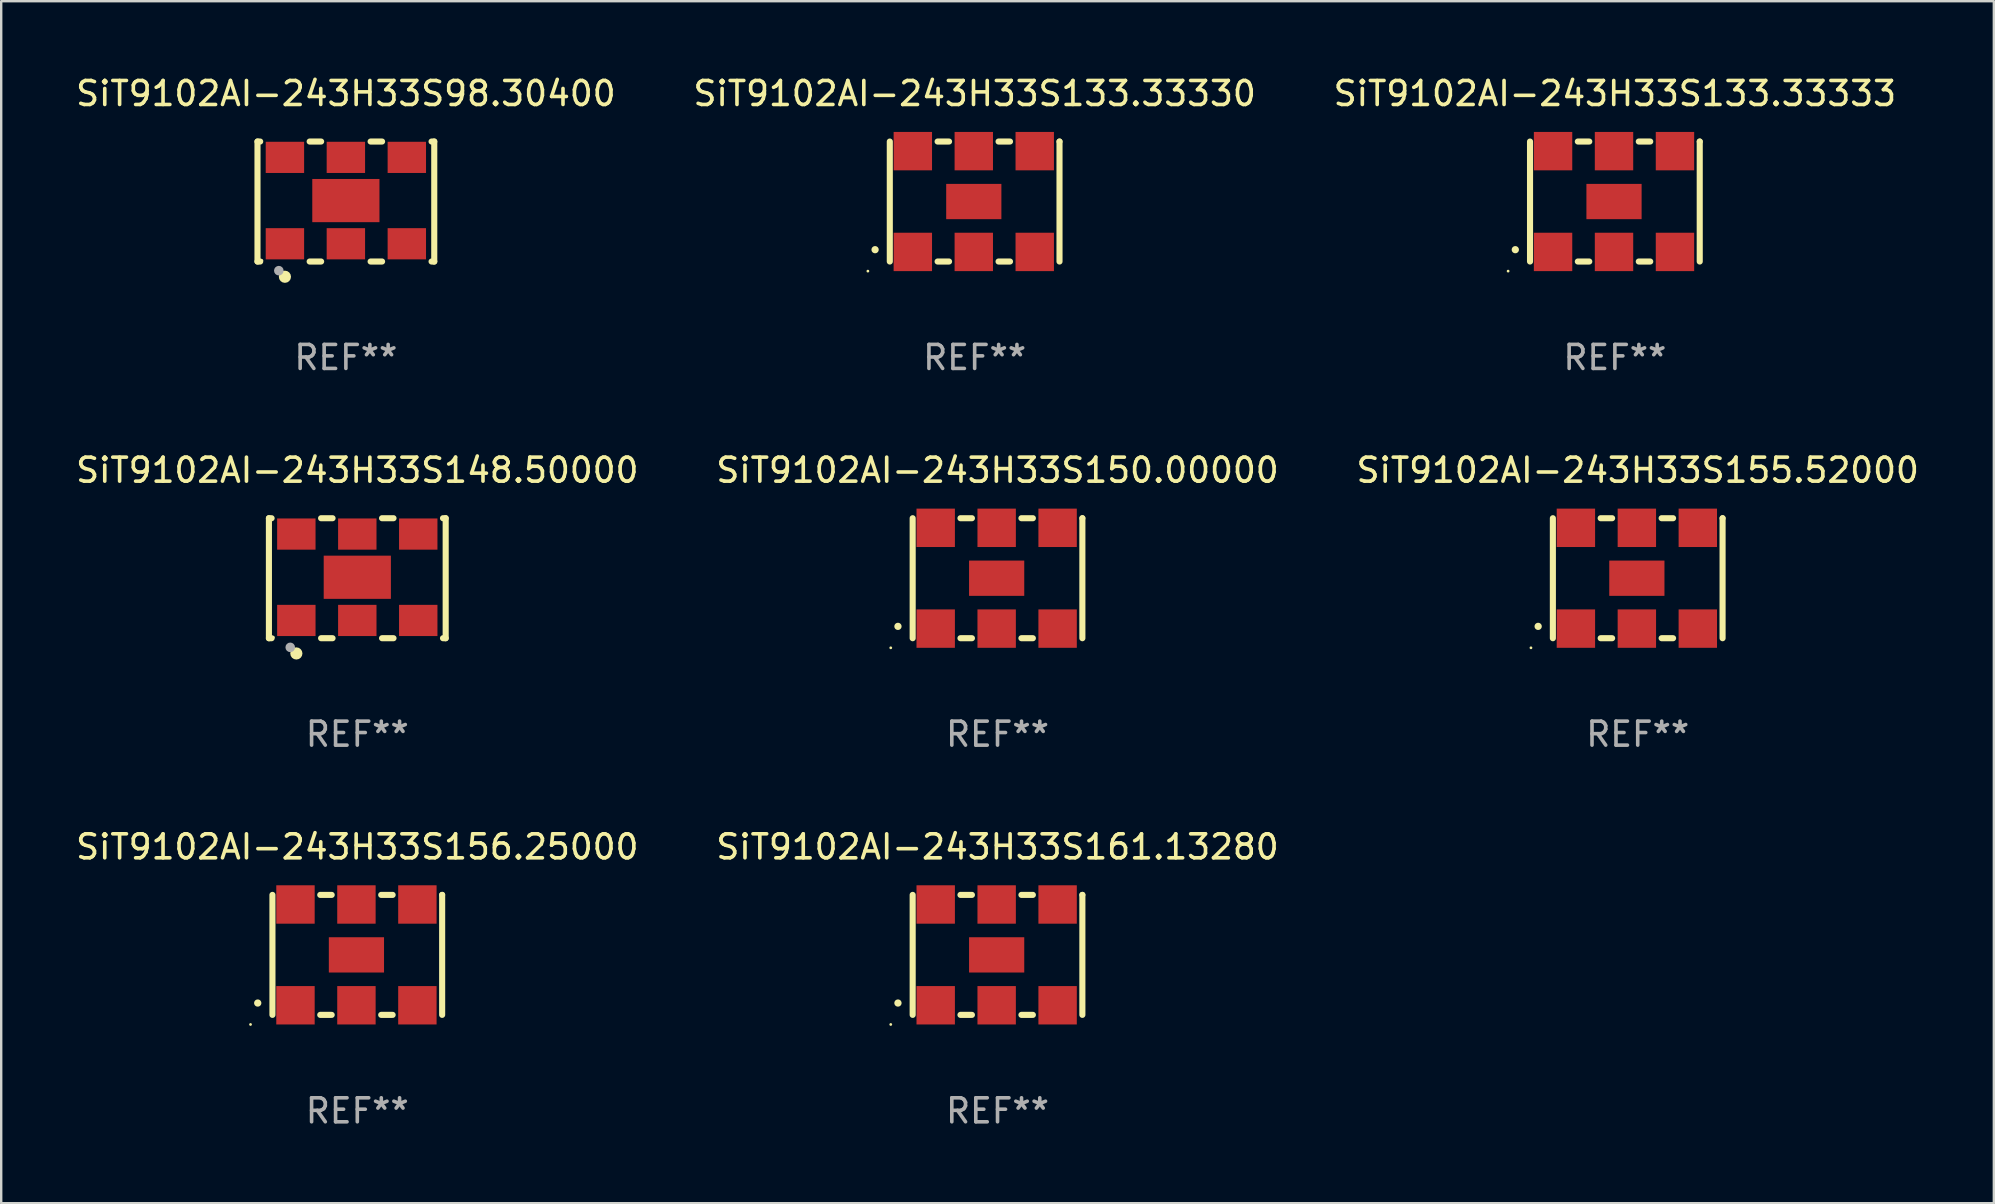
<source format=kicad_pcb>
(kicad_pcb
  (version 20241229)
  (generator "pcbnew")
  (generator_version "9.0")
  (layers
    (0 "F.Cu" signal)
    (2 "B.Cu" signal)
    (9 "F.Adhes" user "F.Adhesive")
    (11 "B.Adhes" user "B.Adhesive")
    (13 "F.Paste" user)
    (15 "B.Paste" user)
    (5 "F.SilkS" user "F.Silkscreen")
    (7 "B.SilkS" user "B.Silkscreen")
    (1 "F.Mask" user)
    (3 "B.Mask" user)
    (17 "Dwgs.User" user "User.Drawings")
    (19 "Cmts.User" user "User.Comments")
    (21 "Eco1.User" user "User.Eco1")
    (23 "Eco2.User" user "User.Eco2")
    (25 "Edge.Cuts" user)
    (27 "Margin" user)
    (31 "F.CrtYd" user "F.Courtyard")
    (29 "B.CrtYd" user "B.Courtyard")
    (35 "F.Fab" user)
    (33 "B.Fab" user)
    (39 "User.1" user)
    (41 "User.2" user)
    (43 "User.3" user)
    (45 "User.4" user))
  (footprint "SiT9102AI-243H33S156.25000"
    (layer "F.Cu")
    (at 11.839 36.741)
    (property "Reference" "SiT9102AI-243H33S156.25000" (at 0 -4.5 0) (layer "F.SilkS") (effects (font (size 1 1) (thickness 0.15))))
    (attr through_hole)
    (fp_line (start -3.536 -2.5) (end -3.536 2.5) (stroke (width 0.254) (type solid)) (layer "F.SilkS"))
    (fp_line (start -1.544 2.5) (end -1.067 2.5) (stroke (width 0.254) (type solid)) (layer "F.SilkS"))
    (fp_line (start -1.067 -2.5) (end -1.544 -2.5) (stroke (width 0.254) (type solid)) (layer "F.SilkS"))
    (fp_line (start 0.996 2.5) (end 1.473 2.5) (stroke (width 0.254) (type solid)) (layer "F.SilkS"))
    (fp_line (start 1.473 -2.5) (end 0.996 -2.5) (stroke (width 0.254) (type solid)) (layer "F.SilkS"))
    (fp_line (start 3.536 -2.5) (end 3.536 -2.5) (stroke (width 0.254) (type solid)) (layer "F.SilkS"))
    (fp_line (start 3.536 2.5) (end 3.536 -2.5) (stroke (width 0.254) (type solid)) (layer "F.SilkS"))
    (fp_arc (start -4.150432 2.006604) (mid -4.149162 2.006599) (end -4.147892 2.006604) (stroke (width 0.3) (type solid)) (layer "F.SilkS"))
    (fp_circle (center -4.449 2.9) (end -4.419 2.9) (stroke (width 0.06) (type solid)) (fill no) (layer "F.SilkS"))
    (fp_text user "REF**" (at 0 6.5 0) (layer "F.Fab") (effects (font (size 1 1) (thickness 0.15))))
    (pad "1" smd rect (at -2.576 2.1) (size 1.6 1.6) (layers "F.Cu" "F.Mask" "F.Paste"))
    (pad "2" smd rect (at -0.036 2.1) (size 1.6 1.6) (layers "F.Cu" "F.Mask" "F.Paste"))
    (pad "3" smd rect (at 2.504 2.1) (size 1.6 1.6) (layers "F.Cu" "F.Mask" "F.Paste"))
    (pad "4" smd rect (at 2.504 -2.1) (size 1.6 1.6) (layers "F.Cu" "F.Mask" "F.Paste"))
    (pad "5" smd rect (at -0.036 -2.1) (size 1.6 1.6) (layers "F.Cu" "F.Mask" "F.Paste"))
    (pad "6" smd rect (at -2.576 -2.1) (size 1.6 1.6) (layers "F.Cu" "F.Mask" "F.Paste"))
    (pad "7" smd rect (at -0.036 0) (size 2.3 1.47) (layers "F.Cu" "F.Mask" "F.Paste")))
  (footprint "SiT9102AI-243H33S150.00000"
    (layer "F.Cu")
    (at 38.518 21.045)
    (property "Reference" "SiT9102AI-243H33S150.00000" (at 0 -4.5 0) (layer "F.SilkS") (effects (font (size 1 1) (thickness 0.15))))
    (attr through_hole)
    (fp_line (start -3.536 -2.5) (end -3.536 2.5) (stroke (width 0.254) (type solid)) (layer "F.SilkS"))
    (fp_line (start -1.544 2.5) (end -1.067 2.5) (stroke (width 0.254) (type solid)) (layer "F.SilkS"))
    (fp_line (start -1.067 -2.5) (end -1.544 -2.5) (stroke (width 0.254) (type solid)) (layer "F.SilkS"))
    (fp_line (start 0.996 2.5) (end 1.473 2.5) (stroke (width 0.254) (type solid)) (layer "F.SilkS"))
    (fp_line (start 1.473 -2.5) (end 0.996 -2.5) (stroke (width 0.254) (type solid)) (layer "F.SilkS"))
    (fp_line (start 3.536 -2.5) (end 3.536 -2.5) (stroke (width 0.254) (type solid)) (layer "F.SilkS"))
    (fp_line (start 3.536 2.5) (end 3.536 -2.5) (stroke (width 0.254) (type solid)) (layer "F.SilkS"))
    (fp_arc (start -4.150432 2.006604) (mid -4.149162 2.006599) (end -4.147892 2.006604) (stroke (width 0.3) (type solid)) (layer "F.SilkS"))
    (fp_circle (center -4.449 2.9) (end -4.419 2.9) (stroke (width 0.06) (type solid)) (fill no) (layer "F.SilkS"))
    (fp_text user "REF**" (at 0 6.5 0) (layer "F.Fab") (effects (font (size 1 1) (thickness 0.15))))
    (pad "1" smd rect (at -2.576 2.1) (size 1.6 1.6) (layers "F.Cu" "F.Mask" "F.Paste"))
    (pad "2" smd rect (at -0.036 2.1) (size 1.6 1.6) (layers "F.Cu" "F.Mask" "F.Paste"))
    (pad "3" smd rect (at 2.504 2.1) (size 1.6 1.6) (layers "F.Cu" "F.Mask" "F.Paste"))
    (pad "4" smd rect (at 2.504 -2.1) (size 1.6 1.6) (layers "F.Cu" "F.Mask" "F.Paste"))
    (pad "5" smd rect (at -0.036 -2.1) (size 1.6 1.6) (layers "F.Cu" "F.Mask" "F.Paste"))
    (pad "6" smd rect (at -2.576 -2.1) (size 1.6 1.6) (layers "F.Cu" "F.Mask" "F.Paste"))
    (pad "7" smd rect (at -0.036 0) (size 2.3 1.47) (layers "F.Cu" "F.Mask" "F.Paste")))
  (footprint "SiT9102AI-243H33S148.50000"
    (layer "F.Cu")
    (at 11.839 21.045)
    (property "Reference" "SiT9102AI-243H33S148.50000" (at 0 -4.5 0) (layer "F.SilkS") (effects (font (size 1 1) (thickness 0.15))))
    (attr through_hole)
    (fp_line (start -3.683 -2.5) (end -3.571 -2.5) (stroke (width 0.254) (type solid)) (layer "F.SilkS"))
    (fp_line (start -3.683 2.5) (end -3.683 -2.5) (stroke (width 0.254) (type solid)) (layer "F.SilkS"))
    (fp_line (start -3.683 2.5) (end -3.571 2.5) (stroke (width 0.254) (type solid)) (layer "F.SilkS"))
    (fp_line (start -1.509 -2.5) (end -1.031 -2.5) (stroke (width 0.254) (type solid)) (layer "F.SilkS"))
    (fp_line (start -1.509 2.5) (end -1.031 2.5) (stroke (width 0.254) (type solid)) (layer "F.SilkS"))
    (fp_line (start 1.031 -2.5) (end 1.509 -2.5) (stroke (width 0.254) (type solid)) (layer "F.SilkS"))
    (fp_line (start 1.031 2.5) (end 1.509 2.5) (stroke (width 0.254) (type solid)) (layer "F.SilkS"))
    (fp_line (start 3.571 -2.5) (end 3.683 -2.5) (stroke (width 0.254) (type solid)) (layer "F.SilkS"))
    (fp_line (start 3.571 2.5) (end 3.683 2.5) (stroke (width 0.254) (type solid)) (layer "F.SilkS"))
    (fp_line (start 3.683 2.5) (end 3.683 -2.5) (stroke (width 0.254) (type solid)) (layer "F.SilkS"))
    (fp_circle (center -3.5 2.46) (end -3.47 2.46) (stroke (width 0.06) (type solid)) (fill no) (layer "F.SilkS"))
    (fp_circle (center -2.54 3.135) (end -2.413 3.135) (stroke (width 0.254) (type solid)) (fill no) (layer "F.SilkS"))
    (fp_circle (center -2.794 2.881) (end -2.694 2.881) (stroke (width 0.2) (type solid)) (fill no) (layer "F.Fab"))
    (fp_text user "REF**" (at 0 6.5 0) (layer "F.Fab") (effects (font (size 1 1) (thickness 0.15))))
    (pad "1" smd rect (at -2.54 1.76) (size 1.6 1.3) (layers "F.Cu" "F.Mask" "F.Paste"))
    (pad "2" smd rect (at 0 1.76) (size 1.6 1.3) (layers "F.Cu" "F.Mask" "F.Paste"))
    (pad "3" smd rect (at 2.54 1.76) (size 1.6 1.3) (layers "F.Cu" "F.Mask" "F.Paste"))
    (pad "4" smd rect (at 2.54 -1.84) (size 1.6 1.3) (layers "F.Cu" "F.Mask" "F.Paste"))
    (pad "5" smd rect (at 0 -1.84) (size 1.6 1.3) (layers "F.Cu" "F.Mask" "F.Paste"))
    (pad "6" smd rect (at -2.54 -1.84) (size 1.6 1.3) (layers "F.Cu" "F.Mask" "F.Paste"))
    (pad "7" smd rect (at 0 -0.04) (size 2.8 1.8) (layers "F.Cu" "F.Mask" "F.Paste")))
  (footprint "SiT9102AI-243H33S161.13280"
    (layer "F.Cu")
    (at 38.518 36.741)
    (property "Reference" "SiT9102AI-243H33S161.13280" (at 0 -4.5 0) (layer "F.SilkS") (effects (font (size 1 1) (thickness 0.15))))
    (attr through_hole)
    (fp_line (start -3.536 -2.5) (end -3.536 2.5) (stroke (width 0.254) (type solid)) (layer "F.SilkS"))
    (fp_line (start -1.544 2.5) (end -1.067 2.5) (stroke (width 0.254) (type solid)) (layer "F.SilkS"))
    (fp_line (start -1.067 -2.5) (end -1.544 -2.5) (stroke (width 0.254) (type solid)) (layer "F.SilkS"))
    (fp_line (start 0.996 2.5) (end 1.473 2.5) (stroke (width 0.254) (type solid)) (layer "F.SilkS"))
    (fp_line (start 1.473 -2.5) (end 0.996 -2.5) (stroke (width 0.254) (type solid)) (layer "F.SilkS"))
    (fp_line (start 3.536 -2.5) (end 3.536 -2.5) (stroke (width 0.254) (type solid)) (layer "F.SilkS"))
    (fp_line (start 3.536 2.5) (end 3.536 -2.5) (stroke (width 0.254) (type solid)) (layer "F.SilkS"))
    (fp_arc (start -4.150432 2.006604) (mid -4.149162 2.006599) (end -4.147892 2.006604) (stroke (width 0.3) (type solid)) (layer "F.SilkS"))
    (fp_circle (center -4.449 2.9) (end -4.419 2.9) (stroke (width 0.06) (type solid)) (fill no) (layer "F.SilkS"))
    (fp_text user "REF**" (at 0 6.5 0) (layer "F.Fab") (effects (font (size 1 1) (thickness 0.15))))
    (pad "1" smd rect (at -2.576 2.1) (size 1.6 1.6) (layers "F.Cu" "F.Mask" "F.Paste"))
    (pad "2" smd rect (at -0.036 2.1) (size 1.6 1.6) (layers "F.Cu" "F.Mask" "F.Paste"))
    (pad "3" smd rect (at 2.504 2.1) (size 1.6 1.6) (layers "F.Cu" "F.Mask" "F.Paste"))
    (pad "4" smd rect (at 2.504 -2.1) (size 1.6 1.6) (layers "F.Cu" "F.Mask" "F.Paste"))
    (pad "5" smd rect (at -0.036 -2.1) (size 1.6 1.6) (layers "F.Cu" "F.Mask" "F.Paste"))
    (pad "6" smd rect (at -2.576 -2.1) (size 1.6 1.6) (layers "F.Cu" "F.Mask" "F.Paste"))
    (pad "7" smd rect (at -0.036 0) (size 2.3 1.47) (layers "F.Cu" "F.Mask" "F.Paste")))
  (footprint "SiT9102AI-243H33S98.30400"
    (layer "F.Cu")
    (at 11.363 5.348)
    (property "Reference" "SiT9102AI-243H33S98.30400" (at 0 -4.5 0) (layer "F.SilkS") (effects (font (size 1 1) (thickness 0.15))))
    (attr through_hole)
    (fp_line (start -3.683 -2.5) (end -3.571 -2.5) (stroke (width 0.254) (type solid)) (layer "F.SilkS"))
    (fp_line (start -3.683 2.5) (end -3.683 -2.5) (stroke (width 0.254) (type solid)) (layer "F.SilkS"))
    (fp_line (start -3.683 2.5) (end -3.571 2.5) (stroke (width 0.254) (type solid)) (layer "F.SilkS"))
    (fp_line (start -1.509 -2.5) (end -1.031 -2.5) (stroke (width 0.254) (type solid)) (layer "F.SilkS"))
    (fp_line (start -1.509 2.5) (end -1.031 2.5) (stroke (width 0.254) (type solid)) (layer "F.SilkS"))
    (fp_line (start 1.031 -2.5) (end 1.509 -2.5) (stroke (width 0.254) (type solid)) (layer "F.SilkS"))
    (fp_line (start 1.031 2.5) (end 1.509 2.5) (stroke (width 0.254) (type solid)) (layer "F.SilkS"))
    (fp_line (start 3.571 -2.5) (end 3.683 -2.5) (stroke (width 0.254) (type solid)) (layer "F.SilkS"))
    (fp_line (start 3.571 2.5) (end 3.683 2.5) (stroke (width 0.254) (type solid)) (layer "F.SilkS"))
    (fp_line (start 3.683 2.5) (end 3.683 -2.5) (stroke (width 0.254) (type solid)) (layer "F.SilkS"))
    (fp_circle (center -3.5 2.46) (end -3.47 2.46) (stroke (width 0.06) (type solid)) (fill no) (layer "F.SilkS"))
    (fp_circle (center -2.54 3.135) (end -2.413 3.135) (stroke (width 0.254) (type solid)) (fill no) (layer "F.SilkS"))
    (fp_circle (center -2.794 2.881) (end -2.694 2.881) (stroke (width 0.2) (type solid)) (fill no) (layer "F.Fab"))
    (fp_text user "REF**" (at 0 6.5 0) (layer "F.Fab") (effects (font (size 1 1) (thickness 0.15))))
    (pad "1" smd rect (at -2.54 1.76) (size 1.6 1.3) (layers "F.Cu" "F.Mask" "F.Paste"))
    (pad "2" smd rect (at 0 1.76) (size 1.6 1.3) (layers "F.Cu" "F.Mask" "F.Paste"))
    (pad "3" smd rect (at 2.54 1.76) (size 1.6 1.3) (layers "F.Cu" "F.Mask" "F.Paste"))
    (pad "4" smd rect (at 2.54 -1.84) (size 1.6 1.3) (layers "F.Cu" "F.Mask" "F.Paste"))
    (pad "5" smd rect (at 0 -1.84) (size 1.6 1.3) (layers "F.Cu" "F.Mask" "F.Paste"))
    (pad "6" smd rect (at -2.54 -1.84) (size 1.6 1.3) (layers "F.Cu" "F.Mask" "F.Paste"))
    (pad "7" smd rect (at 0 -0.04) (size 2.8 1.8) (layers "F.Cu" "F.Mask" "F.Paste")))
  (footprint "SiT9102AI-243H33S133.33330"
    (layer "F.Cu")
    (at 37.565 5.348)
    (property "Reference" "SiT9102AI-243H33S133.33330" (at 0 -4.5 0) (layer "F.SilkS") (effects (font (size 1 1) (thickness 0.15))))
    (attr through_hole)
    (fp_line (start -3.536 -2.5) (end -3.536 2.5) (stroke (width 0.254) (type solid)) (layer "F.SilkS"))
    (fp_line (start -1.544 2.5) (end -1.067 2.5) (stroke (width 0.254) (type solid)) (layer "F.SilkS"))
    (fp_line (start -1.067 -2.5) (end -1.544 -2.5) (stroke (width 0.254) (type solid)) (layer "F.SilkS"))
    (fp_line (start 0.996 2.5) (end 1.473 2.5) (stroke (width 0.254) (type solid)) (layer "F.SilkS"))
    (fp_line (start 1.473 -2.5) (end 0.996 -2.5) (stroke (width 0.254) (type solid)) (layer "F.SilkS"))
    (fp_line (start 3.536 -2.5) (end 3.536 -2.5) (stroke (width 0.254) (type solid)) (layer "F.SilkS"))
    (fp_line (start 3.536 2.5) (end 3.536 -2.5) (stroke (width 0.254) (type solid)) (layer "F.SilkS"))
    (fp_arc (start -4.150432 2.006604) (mid -4.149162 2.006599) (end -4.147892 2.006604) (stroke (width 0.3) (type solid)) (layer "F.SilkS"))
    (fp_circle (center -4.449 2.9) (end -4.419 2.9) (stroke (width 0.06) (type solid)) (fill no) (layer "F.SilkS"))
    (fp_text user "REF**" (at 0 6.5 0) (layer "F.Fab") (effects (font (size 1 1) (thickness 0.15))))
    (pad "1" smd rect (at -2.576 2.1) (size 1.6 1.6) (layers "F.Cu" "F.Mask" "F.Paste"))
    (pad "2" smd rect (at -0.036 2.1) (size 1.6 1.6) (layers "F.Cu" "F.Mask" "F.Paste"))
    (pad "3" smd rect (at 2.504 2.1) (size 1.6 1.6) (layers "F.Cu" "F.Mask" "F.Paste"))
    (pad "4" smd rect (at 2.504 -2.1) (size 1.6 1.6) (layers "F.Cu" "F.Mask" "F.Paste"))
    (pad "5" smd rect (at -0.036 -2.1) (size 1.6 1.6) (layers "F.Cu" "F.Mask" "F.Paste"))
    (pad "6" smd rect (at -2.576 -2.1) (size 1.6 1.6) (layers "F.Cu" "F.Mask" "F.Paste"))
    (pad "7" smd rect (at -0.036 0) (size 2.3 1.47) (layers "F.Cu" "F.Mask" "F.Paste")))
  (footprint "SiT9102AI-243H33S155.52000"
    (layer "F.Cu")
    (at 65.196 21.045)
    (property "Reference" "SiT9102AI-243H33S155.52000" (at 0 -4.5 0) (layer "F.SilkS") (effects (font (size 1 1) (thickness 0.15))))
    (attr through_hole)
    (fp_line (start -3.536 -2.5) (end -3.536 2.5) (stroke (width 0.254) (type solid)) (layer "F.SilkS"))
    (fp_line (start -1.544 2.5) (end -1.067 2.5) (stroke (width 0.254) (type solid)) (layer "F.SilkS"))
    (fp_line (start -1.067 -2.5) (end -1.544 -2.5) (stroke (width 0.254) (type solid)) (layer "F.SilkS"))
    (fp_line (start 0.996 2.5) (end 1.473 2.5) (stroke (width 0.254) (type solid)) (layer "F.SilkS"))
    (fp_line (start 1.473 -2.5) (end 0.996 -2.5) (stroke (width 0.254) (type solid)) (layer "F.SilkS"))
    (fp_line (start 3.536 -2.5) (end 3.536 -2.5) (stroke (width 0.254) (type solid)) (layer "F.SilkS"))
    (fp_line (start 3.536 2.5) (end 3.536 -2.5) (stroke (width 0.254) (type solid)) (layer "F.SilkS"))
    (fp_arc (start -4.150432 2.006604) (mid -4.149162 2.006599) (end -4.147892 2.006604) (stroke (width 0.3) (type solid)) (layer "F.SilkS"))
    (fp_circle (center -4.449 2.9) (end -4.419 2.9) (stroke (width 0.06) (type solid)) (fill no) (layer "F.SilkS"))
    (fp_text user "REF**" (at 0 6.5 0) (layer "F.Fab") (effects (font (size 1 1) (thickness 0.15))))
    (pad "1" smd rect (at -2.576 2.1) (size 1.6 1.6) (layers "F.Cu" "F.Mask" "F.Paste"))
    (pad "2" smd rect (at -0.036 2.1) (size 1.6 1.6) (layers "F.Cu" "F.Mask" "F.Paste"))
    (pad "3" smd rect (at 2.504 2.1) (size 1.6 1.6) (layers "F.Cu" "F.Mask" "F.Paste"))
    (pad "4" smd rect (at 2.504 -2.1) (size 1.6 1.6) (layers "F.Cu" "F.Mask" "F.Paste"))
    (pad "5" smd rect (at -0.036 -2.1) (size 1.6 1.6) (layers "F.Cu" "F.Mask" "F.Paste"))
    (pad "6" smd rect (at -2.576 -2.1) (size 1.6 1.6) (layers "F.Cu" "F.Mask" "F.Paste"))
    (pad "7" smd rect (at -0.036 0) (size 2.3 1.47) (layers "F.Cu" "F.Mask" "F.Paste")))
  (footprint "SiT9102AI-243H33S133.33333"
    (layer "F.Cu")
    (at 64.244 5.348)
    (property "Reference" "SiT9102AI-243H33S133.33333" (at 0 -4.5 0) (layer "F.SilkS") (effects (font (size 1 1) (thickness 0.15))))
    (attr through_hole)
    (fp_line (start -3.536 -2.5) (end -3.536 2.5) (stroke (width 0.254) (type solid)) (layer "F.SilkS"))
    (fp_line (start -1.544 2.5) (end -1.067 2.5) (stroke (width 0.254) (type solid)) (layer "F.SilkS"))
    (fp_line (start -1.067 -2.5) (end -1.544 -2.5) (stroke (width 0.254) (type solid)) (layer "F.SilkS"))
    (fp_line (start 0.996 2.5) (end 1.473 2.5) (stroke (width 0.254) (type solid)) (layer "F.SilkS"))
    (fp_line (start 1.473 -2.5) (end 0.996 -2.5) (stroke (width 0.254) (type solid)) (layer "F.SilkS"))
    (fp_line (start 3.536 -2.5) (end 3.536 -2.5) (stroke (width 0.254) (type solid)) (layer "F.SilkS"))
    (fp_line (start 3.536 2.5) (end 3.536 -2.5) (stroke (width 0.254) (type solid)) (layer "F.SilkS"))
    (fp_arc (start -4.150432 2.006604) (mid -4.149162 2.006599) (end -4.147892 2.006604) (stroke (width 0.3) (type solid)) (layer "F.SilkS"))
    (fp_circle (center -4.449 2.9) (end -4.419 2.9) (stroke (width 0.06) (type solid)) (fill no) (layer "F.SilkS"))
    (fp_text user "REF**" (at 0 6.5 0) (layer "F.Fab") (effects (font (size 1 1) (thickness 0.15))))
    (pad "1" smd rect (at -2.576 2.1) (size 1.6 1.6) (layers "F.Cu" "F.Mask" "F.Paste"))
    (pad "2" smd rect (at -0.036 2.1) (size 1.6 1.6) (layers "F.Cu" "F.Mask" "F.Paste"))
    (pad "3" smd rect (at 2.504 2.1) (size 1.6 1.6) (layers "F.Cu" "F.Mask" "F.Paste"))
    (pad "4" smd rect (at 2.504 -2.1) (size 1.6 1.6) (layers "F.Cu" "F.Mask" "F.Paste"))
    (pad "5" smd rect (at -0.036 -2.1) (size 1.6 1.6) (layers "F.Cu" "F.Mask" "F.Paste"))
    (pad "6" smd rect (at -2.576 -2.1) (size 1.6 1.6) (layers "F.Cu" "F.Mask" "F.Paste"))
    (pad "7" smd rect (at -0.036 0) (size 2.3 1.47) (layers "F.Cu" "F.Mask" "F.Paste")))
  (gr_rect
    (start -3 -3)
    (end 80.036 47.09)
    (stroke (width 0.1) (type default))
    (fill no)
    (layer "Edge.Cuts")))
</source>
